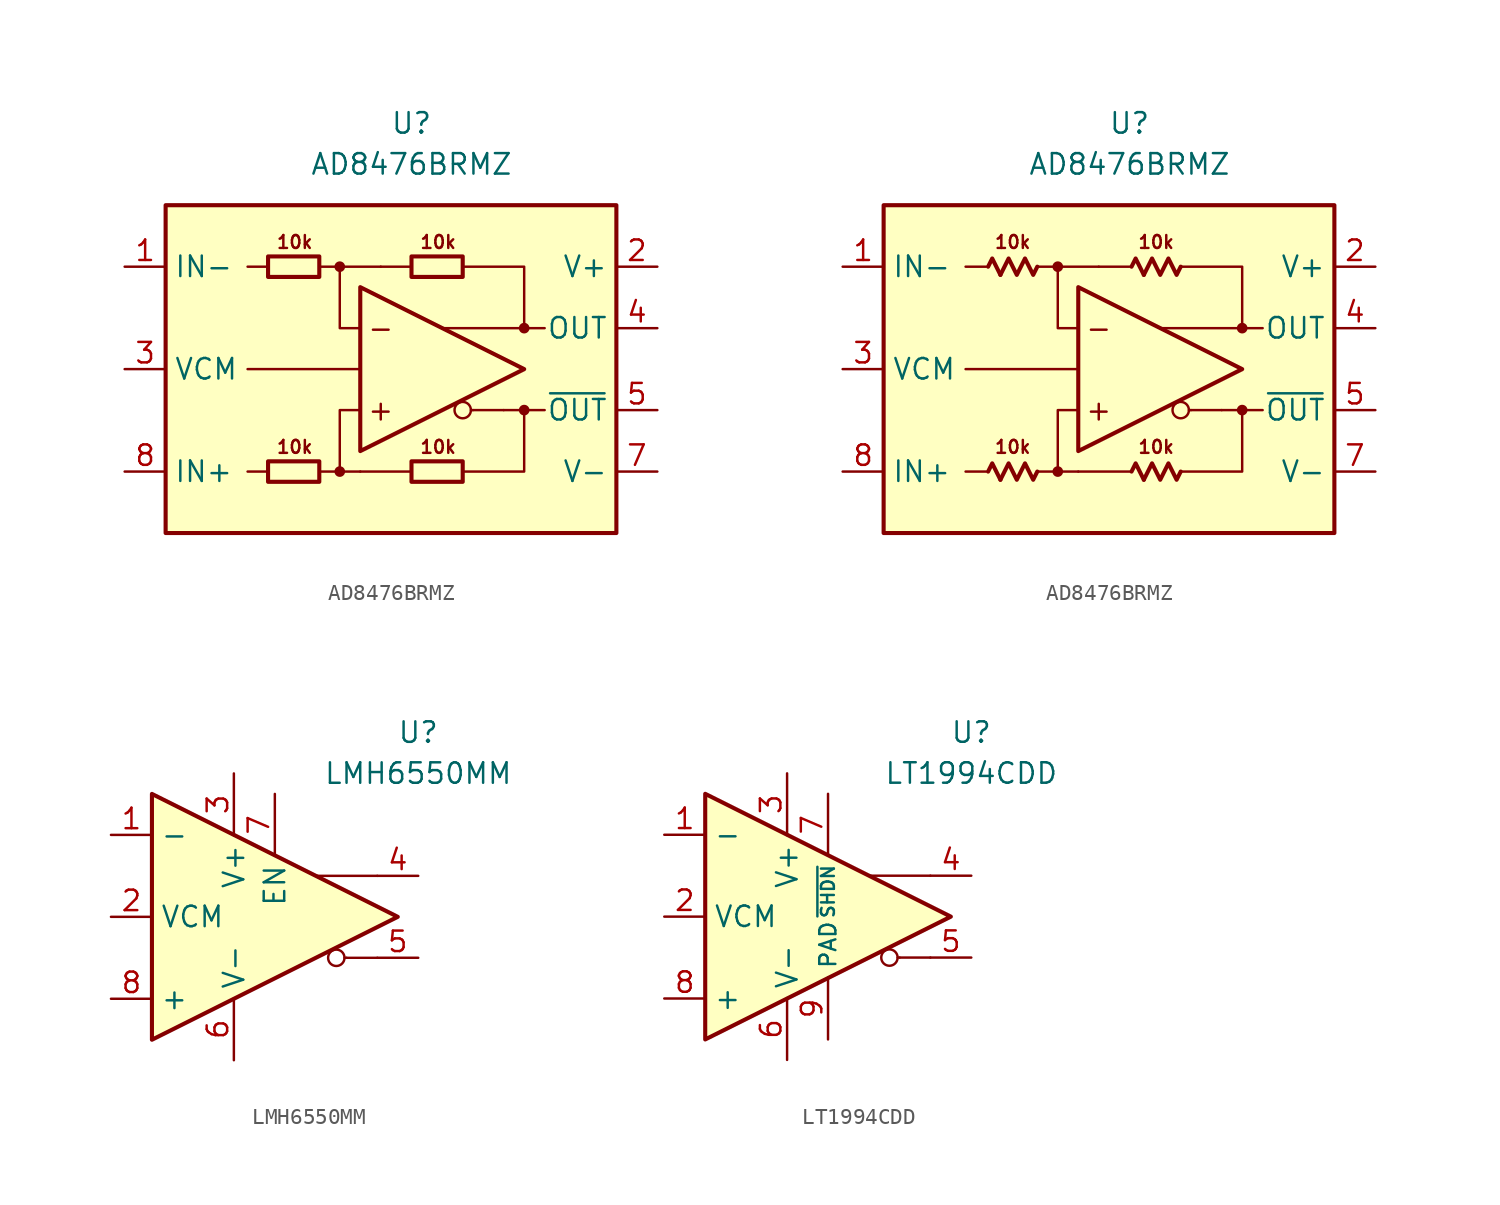
<source format=kicad_sym>
(kicad_symbol_lib
  (version 20231120)
  (generator "kicad_symbol_editor")
  (generator_version "8.0")
  (symbol "AD8476BRMZ"
    (property "Reference" "U"
      (at 0 15.24 0)
      (effects (font (size 1.27 1.27))))
    (property "Value" "AD8476BRMZ"
      (at 0 12.7 0)
      (effects (font (size 1.27 1.27))))
    (symbol "AD8476BRMZ_0_0"
      (rectangle (start -15.24 10.16) (end 12.7 -10.16) (stroke (width 0.254) (type default)) (fill (type background)))
      (circle (center -4.445 -6.35) (radius 0.254) (stroke (width 0.152) (type default)) (fill (type outline)))
      (circle (center -4.445 6.35) (radius 0.254) (stroke (width 0.152) (type default)) (fill (type outline)))
      (polyline (pts (xy -10.16 0) (xy -3.175 0)) (stroke (width 0) (type default)) (fill (type none)))
      (polyline (pts (xy -8.89 -6.35) (xy -10.16 -6.35)) (stroke (width 0.152) (type default)) (fill (type none)))
      (polyline (pts (xy -8.89 6.35) (xy -10.16 6.35)) (stroke (width 0.152) (type default)) (fill (type none)))
      (polyline (pts (xy -4.445 6.35) (xy -1.905 6.35)) (stroke (width 0.152) (type default)) (fill (type none)))
      (polyline (pts (xy -3.175 -6.35) (xy -4.445 -6.35)) (stroke (width 0.152) (type default)) (fill (type none)))
      (polyline (pts (xy 0 -6.35) (xy -3.175 -6.35)) (stroke (width 0.152) (type default)) (fill (type none)))
      (polyline (pts (xy 0 6.35) (xy -1.905 6.35)) (stroke (width 0.152) (type default)) (fill (type none)))
      (polyline (pts (xy 3.81 -2.54) (xy 3.683 -2.54)) (stroke (width 0.152) (type default)) (fill (type none)))
      (polyline (pts (xy 5.715 -2.54) (xy 3.81 -2.54)) (stroke (width 0.152) (type default)) (fill (type none)))
      (polyline (pts (xy 6.985 -2.54) (xy 8.255 -2.54)) (stroke (width 0.152) (type default)) (fill (type none)))
      (polyline (pts (xy 6.985 2.54) (xy 8.255 2.54)) (stroke (width 0.152) (type default)) (fill (type none)))
      (polyline (pts (xy -5.715 -6.35) (xy -4.445 -6.35) (xy -4.445 -2.54) (xy -3.175 -2.54)) (stroke (width 0.152) (type default)) (fill (type none)))
      (polyline (pts (xy -3.175 2.54) (xy -4.445 2.54) (xy -4.445 6.35) (xy -5.715 6.35)) (stroke (width 0.152) (type default)) (fill (type none)))
      (polyline (pts (xy 3.175 6.35) (xy 6.985 6.35) (xy 6.985 2.54) (xy 1.905 2.54)) (stroke (width 0.152) (type default)) (fill (type none)))
      (polyline (pts (xy 5.715 -2.54) (xy 6.985 -2.54) (xy 6.985 -6.35) (xy 3.175 -6.35)) (stroke (width 0.152) (type default)) (fill (type none)))
      (circle (center 3.175 -2.54) (radius 0.508) (stroke (width 0.152) (type default)) (fill (type none)))
      (circle (center 6.985 -2.54) (radius 0.254) (stroke (width 0.152) (type default)) (fill (type outline)))
      (circle (center 6.985 2.54) (radius 0.254) (stroke (width 0.152) (type default)) (fill (type outline)))
      (text "+" (at -1.905 -2.54 0) (effects (font (size 1.27 1.27))))
      (text "-" (at -1.905 2.54 0) (effects (font (size 1.27 1.27))))
      (text "10k" (at -7.239 -4.826 0) (effects (font (size 0.8 0.8))))
      (text "10k" (at -7.239 7.874 0) (effects (font (size 0.8 0.8))))
      (text "10k" (at 1.651 -4.826 0) (effects (font (size 0.8 0.8))))
      (text "10k" (at 1.651 7.874 0) (effects (font (size 0.8 0.8)))))
    (symbol "AD8476BRMZ_0_1"
      (rectangle (start -8.89 -5.715) (end -5.715 -6.985) (stroke (width 0.254) (type default)) (fill (type none)))
      (rectangle (start -8.89 6.985) (end -5.715 5.715) (stroke (width 0.254) (type default)) (fill (type none)))
      (rectangle (start 0 -5.715) (end 3.175 -6.985) (stroke (width 0.254) (type default)) (fill (type none)))
      (rectangle (start 0 6.985) (end 3.175 5.715) (stroke (width 0.254) (type default)) (fill (type none))))
    (symbol "AD8476BRMZ_0_2"
      (polyline (pts (xy -8.001 -6.858) (xy -8.509 -5.842) (xy -8.763 -6.35)) (stroke (width 0.254) (type default)) (fill (type none)))
      (polyline (pts (xy -8.001 5.842) (xy -8.509 6.858) (xy -8.763 6.35)) (stroke (width 0.254) (type default)) (fill (type none)))
      (polyline (pts (xy 0.889 -6.858) (xy 0.381 -5.842) (xy 0.127 -6.35)) (stroke (width 0.254) (type default)) (fill (type none)))
      (polyline (pts (xy 0.889 5.842) (xy 0.381 6.858) (xy 0.127 6.35)) (stroke (width 0.254) (type default)) (fill (type none)))
      (polyline (pts (xy -5.715 -6.35) (xy -5.969 -6.858) (xy -6.477 -5.842) (xy -6.985 -6.858) (xy -7.493 -5.842) (xy -8.001 -6.858)) (stroke (width 0.254) (type default)) (fill (type none)))
      (polyline (pts (xy -5.715 6.35) (xy -5.969 5.842) (xy -6.477 6.858) (xy -6.985 5.842) (xy -7.493 6.858) (xy -8.001 5.842)) (stroke (width 0.254) (type default)) (fill (type none)))
      (polyline (pts (xy 3.175 -6.35) (xy 2.921 -6.858) (xy 2.413 -5.842) (xy 1.905 -6.858) (xy 1.397 -5.842) (xy 0.889 -6.858)) (stroke (width 0.254) (type default)) (fill (type none)))
      (polyline (pts (xy 3.175 6.35) (xy 2.921 5.842) (xy 2.413 6.858) (xy 1.905 5.842) (xy 1.397 6.858) (xy 0.889 5.842)) (stroke (width 0.254) (type default)) (fill (type none))))
    (symbol "AD8476BRMZ_1_0"
      (polyline (pts (xy -3.175 5.08) (xy -3.175 -5.08) (xy 6.985 0) (xy -3.175 5.08)) (stroke (width 0.254) (type default)) (fill (type none))))
    (symbol "AD8476BRMZ_1_1"
      (pin input line (at -17.78 6.35 0) (length 2.54) (name "IN-" (effects (font (size 1.27 1.27)))) (number "1" (effects (font (size 1.27 1.27)))))
      (pin power_in line (at 15.24 6.35 180) (length 2.54) (name "V+" (effects (font (size 1.27 1.27)))) (number "2" (effects (font (size 1.27 1.27)))))
      (pin input line (at -17.78 0 0) (length 2.54) (name "VCM" (effects (font (size 1.27 1.27)))) (number "3" (effects (font (size 1.27 1.27)))))
      (pin output line (at 15.24 2.54 180) (length 2.54) (name "OUT" (effects (font (size 1.27 1.27)))) (number "4" (effects (font (size 1.27 1.27)))))
      (pin output line (at 15.24 -2.54 180) (length 2.54) (name "~{OUT}" (effects (font (size 1.27 1.27)))) (number "5" (effects (font (size 1.27 1.27)))))
      (pin free line (at -10.16 -2.54 0) (length 2.54) hide (name "NC" (effects (font (size 1.27 1.27)))) (number "6" (effects (font (size 1.27 1.27)))))
      (pin power_in line (at 15.24 -6.35 180) (length 2.54) (name "V-" (effects (font (size 1.27 1.27)))) (number "7" (effects (font (size 1.27 1.27)))))
      (pin input line (at -17.78 -6.35 0) (length 2.54) (name "IN+" (effects (font (size 1.27 1.27)))) (number "8" (effects (font (size 1.27 1.27))))))
    (symbol "AD8476BRMZ_1_2"
      (pin input line (at -17.78 6.35 0) (length 2.54) (name "IN-" (effects (font (size 1.27 1.27)))) (number "1" (effects (font (size 1.27 1.27)))))
      (pin power_in line (at 15.24 6.35 180) (length 2.54) (name "V+" (effects (font (size 1.27 1.27)))) (number "2" (effects (font (size 1.27 1.27)))))
      (pin input line (at -17.78 0 0) (length 2.54) (name "VCM" (effects (font (size 1.27 1.27)))) (number "3" (effects (font (size 1.27 1.27)))))
      (pin output line (at 15.24 2.54 180) (length 2.54) (name "OUT" (effects (font (size 1.27 1.27)))) (number "4" (effects (font (size 1.27 1.27)))))
      (pin output line (at 15.24 -2.54 180) (length 2.54) (name "~{OUT}" (effects (font (size 1.27 1.27)))) (number "5" (effects (font (size 1.27 1.27)))))
      (pin free line (at -10.16 -2.54 0) (length 2.54) hide (name "NC" (effects (font (size 1.27 1.27)))) (number "6" (effects (font (size 1.27 1.27)))))
      (pin power_in line (at 15.24 -6.35 180) (length 2.54) (name "V-" (effects (font (size 1.27 1.27)))) (number "7" (effects (font (size 1.27 1.27)))))
      (pin input line (at -17.78 -6.35 0) (length 2.54) (name "IN+" (effects (font (size 1.27 1.27)))) (number "8" (effects (font (size 1.27 1.27)))))))
  (symbol "LMH6550MM"
    (property "Reference" "U"
      (at 8.89 11.43 0)
      (effects (font (size 1.27 1.27))))
    (property "Value" "LMH6550MM"
      (at 8.89 8.89 0)
      (effects (font (size 1.27 1.27))))
    (symbol "LMH6550MM_0_0"
      (polyline (pts (xy 4.445 -2.54) (xy 4.318 -2.54)) (stroke (width 0.152) (type default)) (fill (type none)))
      (polyline (pts (xy 6.35 -2.54) (xy 4.445 -2.54)) (stroke (width 0.152) (type default)) (fill (type none)))
      (polyline (pts (xy 6.35 2.54) (xy 2.54 2.54)) (stroke (width 0.152) (type default)) (fill (type none)))
      (circle (center 3.81 -2.54) (radius 0.508) (stroke (width 0.152) (type default)) (fill (type none))))
    (symbol "LMH6550MM_0_1"
      (polyline (pts (xy -7.62 7.62) (xy -7.62 -7.62) (xy 7.62 0) (xy -7.62 7.62)) (stroke (width 0.254) (type default)) (fill (type background))))
    (symbol "LMH6550MM_1_1"
      (pin input line (at -10.16 5.08 0) (length 2.54) (name "-" (effects (font (size 1.27 1.27)))) (number "1" (effects (font (size 1.27 1.27)))))
      (pin input line (at -10.16 0 0) (length 2.54) (name "VCM" (effects (font (size 1.27 1.27)))) (number "2" (effects (font (size 1.27 1.27)))))
      (pin power_in line (at -2.54 8.89 270) (length 3.84) (name "V+" (effects (font (size 1.27 1.27)))) (number "3" (effects (font (size 1.27 1.27)))))
      (pin output line (at 8.89 2.54 180) (length 2.54) (name "~" (effects (font (size 1.27 1.27)))) (number "4" (effects (font (size 1.27 1.27)))))
      (pin output line (at 8.89 -2.54 180) (length 2.54) (name "~" (effects (font (size 1.27 1.27)))) (number "5" (effects (font (size 1.27 1.27)))))
      (pin power_in line (at -2.54 -8.89 90) (length 3.84) (name "V-" (effects (font (size 1.27 1.27)))) (number "6" (effects (font (size 1.27 1.27)))))
      (pin input line (at 0 7.62 270) (length 3.84) (name "EN" (effects (font (size 1.27 1.27)))) (number "7" (effects (font (size 1.27 1.27)))))
      (pin input line (at -10.16 -5.08 0) (length 2.54) (name "+" (effects (font (size 1.27 1.27)))) (number "8" (effects (font (size 1.27 1.27)))))))
  (symbol "LT1994CDD"
    (property "Reference" "U"
      (at 8.89 11.43 0)
      (effects (font (size 1.27 1.27))))
    (property "Value" "LT1994CDD"
      (at 8.89 8.89 0)
      (effects (font (size 1.27 1.27))))
    (symbol "LT1994CDD_0_0"
      (polyline (pts (xy 4.445 -2.54) (xy 4.318 -2.54)) (stroke (width 0.152) (type default)) (fill (type none)))
      (polyline (pts (xy 6.35 -2.54) (xy 4.445 -2.54)) (stroke (width 0.152) (type default)) (fill (type none)))
      (polyline (pts (xy 6.35 2.54) (xy 2.54 2.54)) (stroke (width 0.152) (type default)) (fill (type none)))
      (circle (center 3.81 -2.54) (radius 0.508) (stroke (width 0.152) (type default)) (fill (type none))))
    (symbol "LT1994CDD_0_1"
      (polyline (pts (xy -7.62 7.62) (xy -7.62 -7.62) (xy 7.62 0) (xy -7.62 7.62)) (stroke (width 0.254) (type default)) (fill (type background))))
    (symbol "LT1994CDD_1_1"
      (pin input line (at -10.16 5.08 0) (length 2.54) (name "-" (effects (font (size 1.27 1.27)))) (number "1" (effects (font (size 1.27 1.27)))))
      (pin input line (at -10.16 0 0) (length 2.54) (name "VCM" (effects (font (size 1.27 1.27)))) (number "2" (effects (font (size 1.27 1.27)))))
      (pin power_in line (at -2.54 8.89 270) (length 3.84) (name "V+" (effects (font (size 1.27 1.27)))) (number "3" (effects (font (size 1.27 1.27)))))
      (pin output line (at 8.89 2.54 180) (length 2.54) (name "~" (effects (font (size 1.27 1.27)))) (number "4" (effects (font (size 1.27 1.27)))))
      (pin output line (at 8.89 -2.54 180) (length 2.54) (name "~" (effects (font (size 1.27 1.27)))) (number "5" (effects (font (size 1.27 1.27)))))
      (pin power_in line (at -2.54 -8.89 90) (length 3.84) (name "V-" (effects (font (size 1.27 1.27)))) (number "6" (effects (font (size 1.27 1.27)))))
      (pin input line (at 0 7.62 270) (length 3.84) (name "~{SHDN}" (effects (font (size 0.8 0.8)))) (number "7" (effects (font (size 1.27 1.27)))))
      (pin input line (at -10.16 -5.08 0) (length 2.54) (name "+" (effects (font (size 1.27 1.27)))) (number "8" (effects (font (size 1.27 1.27)))))
      (pin power_in line (at 0 -7.62 90) (length 3.84) (name "PAD" (effects (font (size 1 1)))) (number "9" (effects (font (size 1.27 1.27))))))))
</source>
